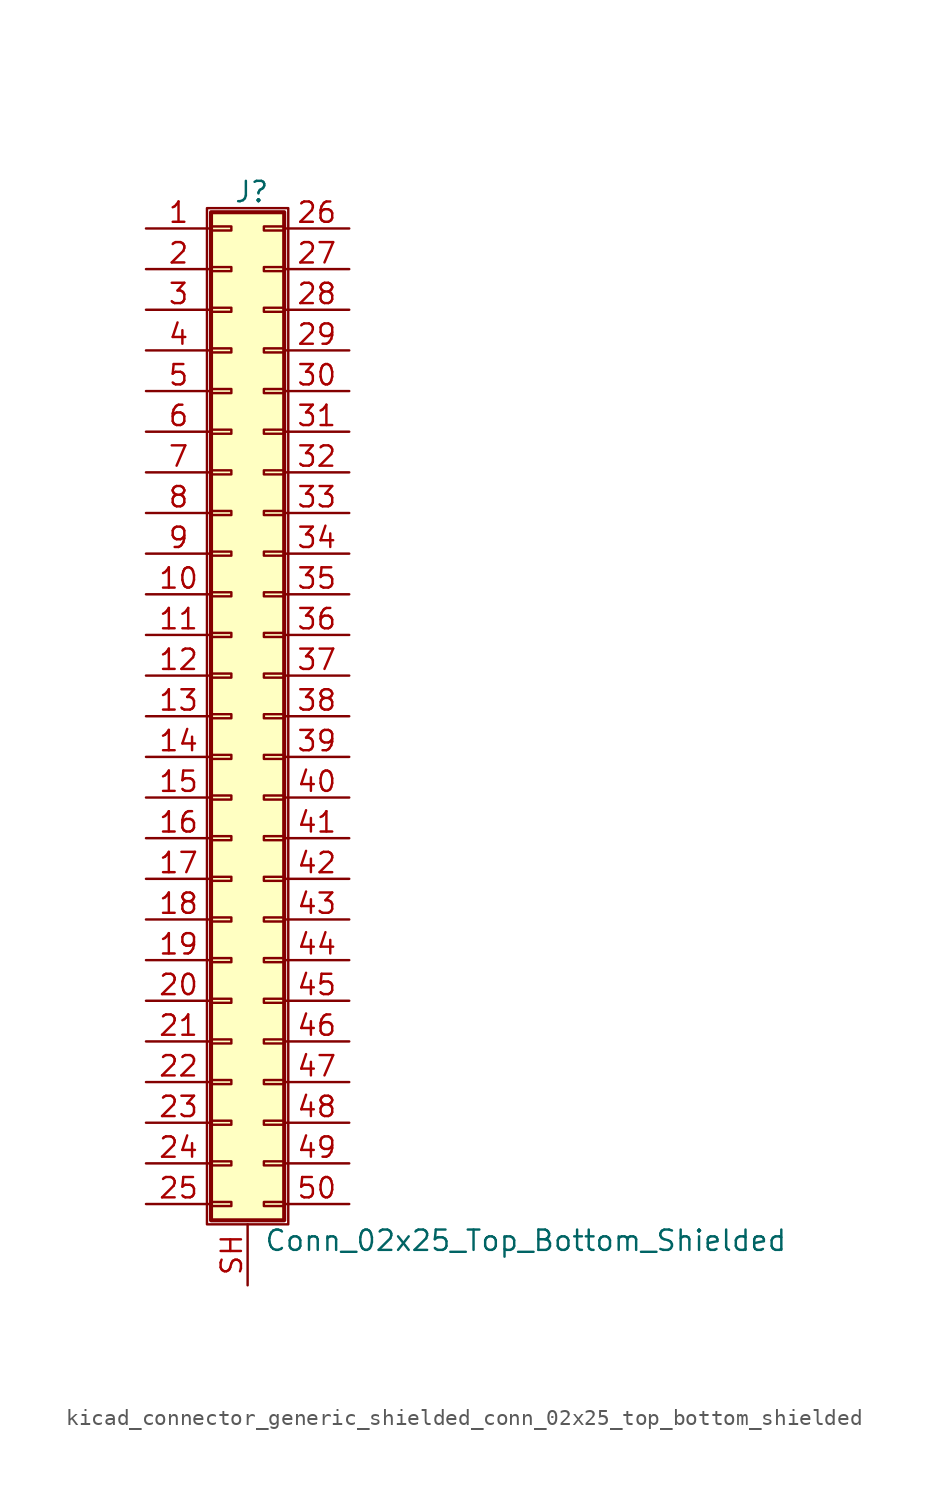
<source format=kicad_sym>
(kicad_symbol_lib
  (version 20220914)
  (generator kicad_symbol_editor)
  (symbol "kicad_connector_generic_shielded_conn_02x25_top_bottom_shielded"
    (pin_names
      (offset 1.016) hide)
    (property "Reference" "J"
      (at 1.524 32.766 0)
      (effects (font (size 1.27 1.27))))
    (property "Value" "Conn_02x25_Top_Bottom_Shielded"
      (at 2.286 -32.766 0)
      (effects (font (size 1.27 1.27)) (justify left)))
    (symbol "kicad_connector_generic_shielded_conn_02x25_top_bottom_shielded_1_1"
      (rectangle (start -1.27 31.75) (end 3.81 -31.75) (stroke (width 0.152) (type default)) (fill (type none)))
      (rectangle (start -1.016 -30.353) (end 0.254 -30.607) (stroke (width 0.152) (type default)) (fill (type none)))
      (rectangle (start -1.016 -27.813) (end 0.254 -28.067) (stroke (width 0.152) (type default)) (fill (type none)))
      (rectangle (start -1.016 -25.273) (end 0.254 -25.527) (stroke (width 0.152) (type default)) (fill (type none)))
      (rectangle (start -1.016 -22.733) (end 0.254 -22.987) (stroke (width 0.152) (type default)) (fill (type none)))
      (rectangle (start -1.016 -20.193) (end 0.254 -20.447) (stroke (width 0.152) (type default)) (fill (type none)))
      (rectangle (start -1.016 -17.653) (end 0.254 -17.907) (stroke (width 0.152) (type default)) (fill (type none)))
      (rectangle (start -1.016 -15.113) (end 0.254 -15.367) (stroke (width 0.152) (type default)) (fill (type none)))
      (rectangle (start -1.016 -12.573) (end 0.254 -12.827) (stroke (width 0.152) (type default)) (fill (type none)))
      (rectangle (start -1.016 -10.033) (end 0.254 -10.287) (stroke (width 0.152) (type default)) (fill (type none)))
      (rectangle (start -1.016 -7.493) (end 0.254 -7.747) (stroke (width 0.152) (type default)) (fill (type none)))
      (rectangle (start -1.016 -4.953) (end 0.254 -5.207) (stroke (width 0.152) (type default)) (fill (type none)))
      (rectangle (start -1.016 -2.413) (end 0.254 -2.667) (stroke (width 0.152) (type default)) (fill (type none)))
      (rectangle (start -1.016 0.127) (end 0.254 -0.127) (stroke (width 0.152) (type default)) (fill (type none)))
      (rectangle (start -1.016 2.667) (end 0.254 2.413) (stroke (width 0.152) (type default)) (fill (type none)))
      (rectangle (start -1.016 5.207) (end 0.254 4.953) (stroke (width 0.152) (type default)) (fill (type none)))
      (rectangle (start -1.016 7.747) (end 0.254 7.493) (stroke (width 0.152) (type default)) (fill (type none)))
      (rectangle (start -1.016 10.287) (end 0.254 10.033) (stroke (width 0.152) (type default)) (fill (type none)))
      (rectangle (start -1.016 12.827) (end 0.254 12.573) (stroke (width 0.152) (type default)) (fill (type none)))
      (rectangle (start -1.016 15.367) (end 0.254 15.113) (stroke (width 0.152) (type default)) (fill (type none)))
      (rectangle (start -1.016 17.907) (end 0.254 17.653) (stroke (width 0.152) (type default)) (fill (type none)))
      (rectangle (start -1.016 20.447) (end 0.254 20.193) (stroke (width 0.152) (type default)) (fill (type none)))
      (rectangle (start -1.016 22.987) (end 0.254 22.733) (stroke (width 0.152) (type default)) (fill (type none)))
      (rectangle (start -1.016 25.527) (end 0.254 25.273) (stroke (width 0.152) (type default)) (fill (type none)))
      (rectangle (start -1.016 28.067) (end 0.254 27.813) (stroke (width 0.152) (type default)) (fill (type none)))
      (rectangle (start -1.016 30.607) (end 0.254 30.353) (stroke (width 0.152) (type default)) (fill (type none)))
      (rectangle (start -1.016 31.496) (end 3.556 -31.496) (stroke (width 0.254) (type default)) (fill (type background)))
      (rectangle (start 3.556 -30.353) (end 2.286 -30.607) (stroke (width 0.152) (type default)) (fill (type none)))
      (rectangle (start 3.556 -27.813) (end 2.286 -28.067) (stroke (width 0.152) (type default)) (fill (type none)))
      (rectangle (start 3.556 -25.273) (end 2.286 -25.527) (stroke (width 0.152) (type default)) (fill (type none)))
      (rectangle (start 3.556 -22.733) (end 2.286 -22.987) (stroke (width 0.152) (type default)) (fill (type none)))
      (rectangle (start 3.556 -20.193) (end 2.286 -20.447) (stroke (width 0.152) (type default)) (fill (type none)))
      (rectangle (start 3.556 -17.653) (end 2.286 -17.907) (stroke (width 0.152) (type default)) (fill (type none)))
      (rectangle (start 3.556 -15.113) (end 2.286 -15.367) (stroke (width 0.152) (type default)) (fill (type none)))
      (rectangle (start 3.556 -12.573) (end 2.286 -12.827) (stroke (width 0.152) (type default)) (fill (type none)))
      (rectangle (start 3.556 -10.033) (end 2.286 -10.287) (stroke (width 0.152) (type default)) (fill (type none)))
      (rectangle (start 3.556 -7.493) (end 2.286 -7.747) (stroke (width 0.152) (type default)) (fill (type none)))
      (rectangle (start 3.556 -4.953) (end 2.286 -5.207) (stroke (width 0.152) (type default)) (fill (type none)))
      (rectangle (start 3.556 -2.413) (end 2.286 -2.667) (stroke (width 0.152) (type default)) (fill (type none)))
      (rectangle (start 3.556 0.127) (end 2.286 -0.127) (stroke (width 0.152) (type default)) (fill (type none)))
      (rectangle (start 3.556 2.667) (end 2.286 2.413) (stroke (width 0.152) (type default)) (fill (type none)))
      (rectangle (start 3.556 5.207) (end 2.286 4.953) (stroke (width 0.152) (type default)) (fill (type none)))
      (rectangle (start 3.556 7.747) (end 2.286 7.493) (stroke (width 0.152) (type default)) (fill (type none)))
      (rectangle (start 3.556 10.287) (end 2.286 10.033) (stroke (width 0.152) (type default)) (fill (type none)))
      (rectangle (start 3.556 12.827) (end 2.286 12.573) (stroke (width 0.152) (type default)) (fill (type none)))
      (rectangle (start 3.556 15.367) (end 2.286 15.113) (stroke (width 0.152) (type default)) (fill (type none)))
      (rectangle (start 3.556 17.907) (end 2.286 17.653) (stroke (width 0.152) (type default)) (fill (type none)))
      (rectangle (start 3.556 20.447) (end 2.286 20.193) (stroke (width 0.152) (type default)) (fill (type none)))
      (rectangle (start 3.556 22.987) (end 2.286 22.733) (stroke (width 0.152) (type default)) (fill (type none)))
      (rectangle (start 3.556 25.527) (end 2.286 25.273) (stroke (width 0.152) (type default)) (fill (type none)))
      (rectangle (start 3.556 28.067) (end 2.286 27.813) (stroke (width 0.152) (type default)) (fill (type none)))
      (rectangle (start 3.556 30.607) (end 2.286 30.353) (stroke (width 0.152) (type default)) (fill (type none)))
      (pin passive line (at -5.08 30.48 0) (length 4.064) (name "Pin_1" (effects (font (size 1.27 1.27)))) (number "1" (effects (font (size 1.27 1.27)))))
      (pin passive line (at -5.08 7.62 0) (length 4.064) (name "Pin_10" (effects (font (size 1.27 1.27)))) (number "10" (effects (font (size 1.27 1.27)))))
      (pin passive line (at -5.08 5.08 0) (length 4.064) (name "Pin_11" (effects (font (size 1.27 1.27)))) (number "11" (effects (font (size 1.27 1.27)))))
      (pin passive line (at -5.08 2.54 0) (length 4.064) (name "Pin_12" (effects (font (size 1.27 1.27)))) (number "12" (effects (font (size 1.27 1.27)))))
      (pin passive line (at -5.08 0 0) (length 4.064) (name "Pin_13" (effects (font (size 1.27 1.27)))) (number "13" (effects (font (size 1.27 1.27)))))
      (pin passive line (at -5.08 -2.54 0) (length 4.064) (name "Pin_14" (effects (font (size 1.27 1.27)))) (number "14" (effects (font (size 1.27 1.27)))))
      (pin passive line (at -5.08 -5.08 0) (length 4.064) (name "Pin_15" (effects (font (size 1.27 1.27)))) (number "15" (effects (font (size 1.27 1.27)))))
      (pin passive line (at -5.08 -7.62 0) (length 4.064) (name "Pin_16" (effects (font (size 1.27 1.27)))) (number "16" (effects (font (size 1.27 1.27)))))
      (pin passive line (at -5.08 -10.16 0) (length 4.064) (name "Pin_17" (effects (font (size 1.27 1.27)))) (number "17" (effects (font (size 1.27 1.27)))))
      (pin passive line (at -5.08 -12.7 0) (length 4.064) (name "Pin_18" (effects (font (size 1.27 1.27)))) (number "18" (effects (font (size 1.27 1.27)))))
      (pin passive line (at -5.08 -15.24 0) (length 4.064) (name "Pin_19" (effects (font (size 1.27 1.27)))) (number "19" (effects (font (size 1.27 1.27)))))
      (pin passive line (at -5.08 27.94 0) (length 4.064) (name "Pin_2" (effects (font (size 1.27 1.27)))) (number "2" (effects (font (size 1.27 1.27)))))
      (pin passive line (at -5.08 -17.78 0) (length 4.064) (name "Pin_20" (effects (font (size 1.27 1.27)))) (number "20" (effects (font (size 1.27 1.27)))))
      (pin passive line (at -5.08 -20.32 0) (length 4.064) (name "Pin_21" (effects (font (size 1.27 1.27)))) (number "21" (effects (font (size 1.27 1.27)))))
      (pin passive line (at -5.08 -22.86 0) (length 4.064) (name "Pin_22" (effects (font (size 1.27 1.27)))) (number "22" (effects (font (size 1.27 1.27)))))
      (pin passive line (at -5.08 -25.4 0) (length 4.064) (name "Pin_23" (effects (font (size 1.27 1.27)))) (number "23" (effects (font (size 1.27 1.27)))))
      (pin passive line (at -5.08 -27.94 0) (length 4.064) (name "Pin_24" (effects (font (size 1.27 1.27)))) (number "24" (effects (font (size 1.27 1.27)))))
      (pin passive line (at -5.08 -30.48 0) (length 4.064) (name "Pin_25" (effects (font (size 1.27 1.27)))) (number "25" (effects (font (size 1.27 1.27)))))
      (pin passive line (at 7.62 30.48 180) (length 4.064) (name "Pin_26" (effects (font (size 1.27 1.27)))) (number "26" (effects (font (size 1.27 1.27)))))
      (pin passive line (at 7.62 27.94 180) (length 4.064) (name "Pin_27" (effects (font (size 1.27 1.27)))) (number "27" (effects (font (size 1.27 1.27)))))
      (pin passive line (at 7.62 25.4 180) (length 4.064) (name "Pin_28" (effects (font (size 1.27 1.27)))) (number "28" (effects (font (size 1.27 1.27)))))
      (pin passive line (at 7.62 22.86 180) (length 4.064) (name "Pin_29" (effects (font (size 1.27 1.27)))) (number "29" (effects (font (size 1.27 1.27)))))
      (pin passive line (at -5.08 25.4 0) (length 4.064) (name "Pin_3" (effects (font (size 1.27 1.27)))) (number "3" (effects (font (size 1.27 1.27)))))
      (pin passive line (at 7.62 20.32 180) (length 4.064) (name "Pin_30" (effects (font (size 1.27 1.27)))) (number "30" (effects (font (size 1.27 1.27)))))
      (pin passive line (at 7.62 17.78 180) (length 4.064) (name "Pin_31" (effects (font (size 1.27 1.27)))) (number "31" (effects (font (size 1.27 1.27)))))
      (pin passive line (at 7.62 15.24 180) (length 4.064) (name "Pin_32" (effects (font (size 1.27 1.27)))) (number "32" (effects (font (size 1.27 1.27)))))
      (pin passive line (at 7.62 12.7 180) (length 4.064) (name "Pin_33" (effects (font (size 1.27 1.27)))) (number "33" (effects (font (size 1.27 1.27)))))
      (pin passive line (at 7.62 10.16 180) (length 4.064) (name "Pin_34" (effects (font (size 1.27 1.27)))) (number "34" (effects (font (size 1.27 1.27)))))
      (pin passive line (at 7.62 7.62 180) (length 4.064) (name "Pin_35" (effects (font (size 1.27 1.27)))) (number "35" (effects (font (size 1.27 1.27)))))
      (pin passive line (at 7.62 5.08 180) (length 4.064) (name "Pin_36" (effects (font (size 1.27 1.27)))) (number "36" (effects (font (size 1.27 1.27)))))
      (pin passive line (at 7.62 2.54 180) (length 4.064) (name "Pin_37" (effects (font (size 1.27 1.27)))) (number "37" (effects (font (size 1.27 1.27)))))
      (pin passive line (at 7.62 0 180) (length 4.064) (name "Pin_38" (effects (font (size 1.27 1.27)))) (number "38" (effects (font (size 1.27 1.27)))))
      (pin passive line (at 7.62 -2.54 180) (length 4.064) (name "Pin_39" (effects (font (size 1.27 1.27)))) (number "39" (effects (font (size 1.27 1.27)))))
      (pin passive line (at -5.08 22.86 0) (length 4.064) (name "Pin_4" (effects (font (size 1.27 1.27)))) (number "4" (effects (font (size 1.27 1.27)))))
      (pin passive line (at 7.62 -5.08 180) (length 4.064) (name "Pin_40" (effects (font (size 1.27 1.27)))) (number "40" (effects (font (size 1.27 1.27)))))
      (pin passive line (at 7.62 -7.62 180) (length 4.064) (name "Pin_41" (effects (font (size 1.27 1.27)))) (number "41" (effects (font (size 1.27 1.27)))))
      (pin passive line (at 7.62 -10.16 180) (length 4.064) (name "Pin_42" (effects (font (size 1.27 1.27)))) (number "42" (effects (font (size 1.27 1.27)))))
      (pin passive line (at 7.62 -12.7 180) (length 4.064) (name "Pin_43" (effects (font (size 1.27 1.27)))) (number "43" (effects (font (size 1.27 1.27)))))
      (pin passive line (at 7.62 -15.24 180) (length 4.064) (name "Pin_44" (effects (font (size 1.27 1.27)))) (number "44" (effects (font (size 1.27 1.27)))))
      (pin passive line (at 7.62 -17.78 180) (length 4.064) (name "Pin_45" (effects (font (size 1.27 1.27)))) (number "45" (effects (font (size 1.27 1.27)))))
      (pin passive line (at 7.62 -20.32 180) (length 4.064) (name "Pin_46" (effects (font (size 1.27 1.27)))) (number "46" (effects (font (size 1.27 1.27)))))
      (pin passive line (at 7.62 -22.86 180) (length 4.064) (name "Pin_47" (effects (font (size 1.27 1.27)))) (number "47" (effects (font (size 1.27 1.27)))))
      (pin passive line (at 7.62 -25.4 180) (length 4.064) (name "Pin_48" (effects (font (size 1.27 1.27)))) (number "48" (effects (font (size 1.27 1.27)))))
      (pin passive line (at 7.62 -27.94 180) (length 4.064) (name "Pin_49" (effects (font (size 1.27 1.27)))) (number "49" (effects (font (size 1.27 1.27)))))
      (pin passive line (at -5.08 20.32 0) (length 4.064) (name "Pin_5" (effects (font (size 1.27 1.27)))) (number "5" (effects (font (size 1.27 1.27)))))
      (pin passive line (at 7.62 -30.48 180) (length 4.064) (name "Pin_50" (effects (font (size 1.27 1.27)))) (number "50" (effects (font (size 1.27 1.27)))))
      (pin passive line (at -5.08 17.78 0) (length 4.064) (name "Pin_6" (effects (font (size 1.27 1.27)))) (number "6" (effects (font (size 1.27 1.27)))))
      (pin passive line (at -5.08 15.24 0) (length 4.064) (name "Pin_7" (effects (font (size 1.27 1.27)))) (number "7" (effects (font (size 1.27 1.27)))))
      (pin passive line (at -5.08 12.7 0) (length 4.064) (name "Pin_8" (effects (font (size 1.27 1.27)))) (number "8" (effects (font (size 1.27 1.27)))))
      (pin passive line (at -5.08 10.16 0) (length 4.064) (name "Pin_9" (effects (font (size 1.27 1.27)))) (number "9" (effects (font (size 1.27 1.27)))))
      (pin passive line (at 1.27 -35.56 90) (length 3.81) (name "Shield" (effects (font (size 1.27 1.27)))) (number "SH" (effects (font (size 1.27 1.27))))))))
</source>
